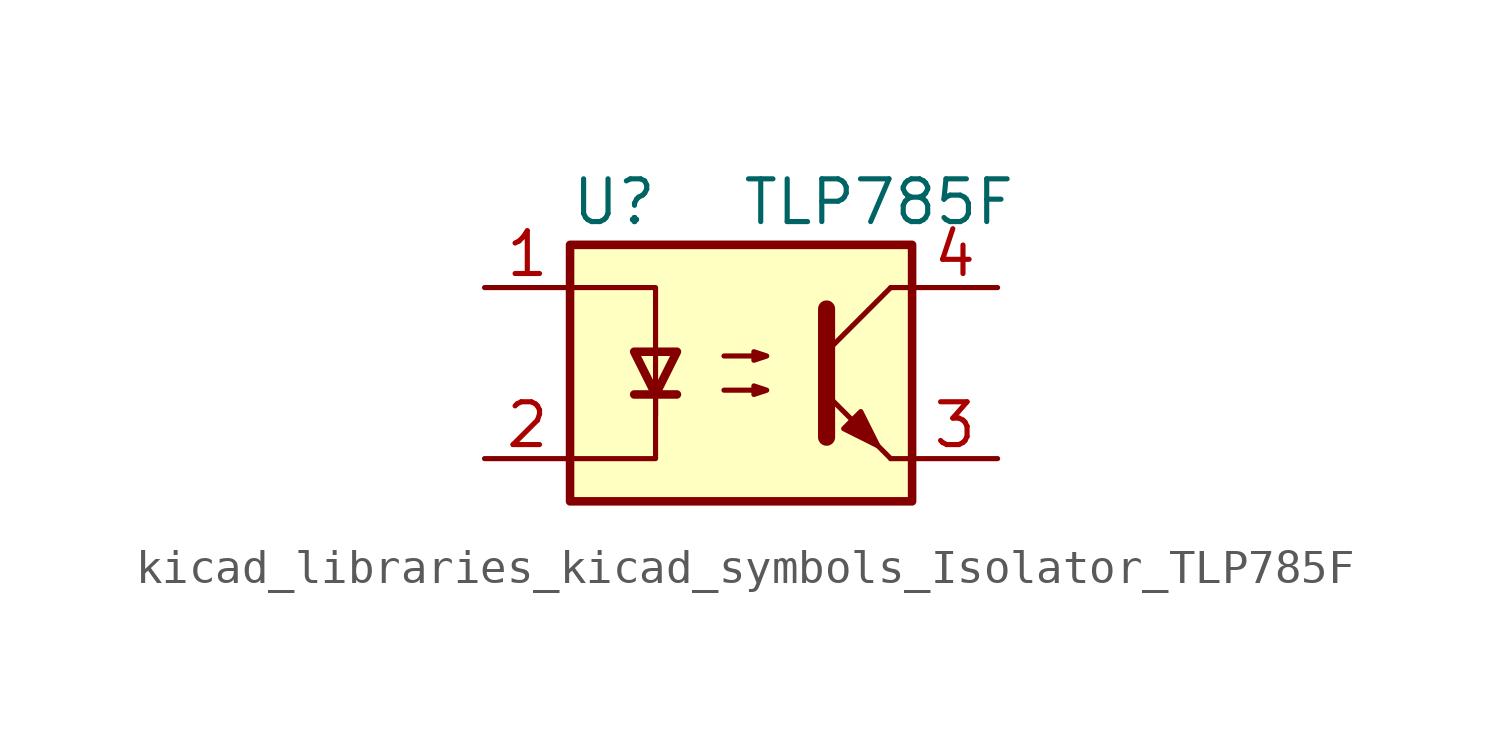
<source format=kicad_sym>
(kicad_symbol_lib
  (version 20220914)
  (generator kicad_symbol_editor)
  (symbol "kicad_libraries_kicad_symbols_Isolator_TLP785F"
    (pin_names
      (offset 1.016))
    (property "Reference" "U"
      (at -5.08 5.08 0)
      (effects (font (size 1.27 1.27)) (justify left)))
    (property "Value" "TLP785F"
      (at 0 5.08 0)
      (effects (font (size 1.27 1.27)) (justify left)))
    (symbol "kicad_libraries_kicad_symbols_Isolator_TLP785F_0_1"
      (rectangle (start -5.08 3.81) (end 5.08 -3.81) (stroke (width 0.254) (type default)) (fill (type background)))
      (polyline (pts (xy -3.175 -0.635) (xy -1.905 -0.635)) (stroke (width 0.254) (type default)) (fill (type none)))
      (polyline (pts (xy 2.54 0.635) (xy 4.445 2.54)) (stroke (width 0) (type default)) (fill (type none)))
      (polyline (pts (xy 4.445 -2.54) (xy 2.54 -0.635)) (stroke (width 0) (type default)) (fill (type outline)))
      (polyline (pts (xy 4.445 -2.54) (xy 5.08 -2.54)) (stroke (width 0) (type default)) (fill (type none)))
      (polyline (pts (xy 4.445 2.54) (xy 5.08 2.54)) (stroke (width 0) (type default)) (fill (type none)))
      (polyline (pts (xy -2.54 -0.635) (xy -2.54 -2.54) (xy -5.08 -2.54)) (stroke (width 0) (type default)) (fill (type none)))
      (polyline (pts (xy 2.54 1.905) (xy 2.54 -1.905) (xy 2.54 -1.905)) (stroke (width 0.508) (type default)) (fill (type none)))
      (polyline (pts (xy -5.08 2.54) (xy -2.54 2.54) (xy -2.54 -1.27) (xy -2.54 0.635)) (stroke (width 0) (type default)) (fill (type none)))
      (polyline (pts (xy -2.54 -0.635) (xy -3.175 0.635) (xy -1.905 0.635) (xy -2.54 -0.635)) (stroke (width 0.254) (type default)) (fill (type none)))
      (polyline (pts (xy -0.508 -0.508) (xy 0.762 -0.508) (xy 0.381 -0.635) (xy 0.381 -0.381) (xy 0.762 -0.508)) (stroke (width 0) (type default)) (fill (type none)))
      (polyline (pts (xy -0.508 0.508) (xy 0.762 0.508) (xy 0.381 0.381) (xy 0.381 0.635) (xy 0.762 0.508)) (stroke (width 0) (type default)) (fill (type none)))
      (polyline (pts (xy 3.048 -1.651) (xy 3.556 -1.143) (xy 4.064 -2.159) (xy 3.048 -1.651) (xy 3.048 -1.651)) (stroke (width 0) (type default)) (fill (type outline))))
    (symbol "kicad_libraries_kicad_symbols_Isolator_TLP785F_1_1"
      (pin passive line (at -7.62 2.54 0) (length 2.54) (name "~" (effects (font (size 1.27 1.27)))) (number "1" (effects (font (size 1.27 1.27)))))
      (pin passive line (at -7.62 -2.54 0) (length 2.54) (name "~" (effects (font (size 1.27 1.27)))) (number "2" (effects (font (size 1.27 1.27)))))
      (pin passive line (at 7.62 -2.54 180) (length 2.54) (name "~" (effects (font (size 1.27 1.27)))) (number "3" (effects (font (size 1.27 1.27)))))
      (pin passive line (at 7.62 2.54 180) (length 2.54) (name "~" (effects (font (size 1.27 1.27)))) (number "4" (effects (font (size 1.27 1.27))))))))
</source>
